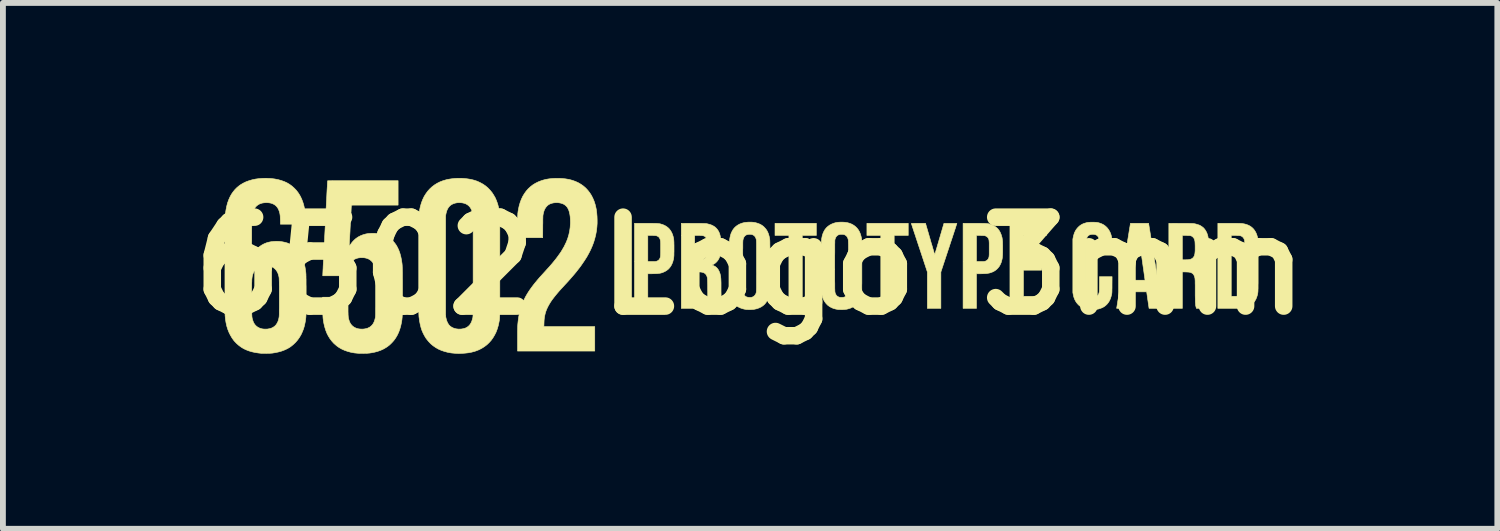
<source format=kicad_pcb>
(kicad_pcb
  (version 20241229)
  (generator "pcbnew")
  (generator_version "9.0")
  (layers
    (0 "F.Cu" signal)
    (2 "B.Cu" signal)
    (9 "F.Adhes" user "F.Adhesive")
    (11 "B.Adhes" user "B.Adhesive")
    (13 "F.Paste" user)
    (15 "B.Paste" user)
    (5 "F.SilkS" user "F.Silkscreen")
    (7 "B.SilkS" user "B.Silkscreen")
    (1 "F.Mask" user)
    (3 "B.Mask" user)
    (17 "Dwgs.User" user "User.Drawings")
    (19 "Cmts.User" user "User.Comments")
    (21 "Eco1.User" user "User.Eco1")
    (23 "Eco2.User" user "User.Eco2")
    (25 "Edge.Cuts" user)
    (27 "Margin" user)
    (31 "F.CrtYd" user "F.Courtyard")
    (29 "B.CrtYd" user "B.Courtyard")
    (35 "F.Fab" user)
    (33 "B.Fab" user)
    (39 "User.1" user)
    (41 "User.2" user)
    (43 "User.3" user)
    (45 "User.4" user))
  (footprint "6502 Logo 3mm"
    (layer "F.Cu")
    (at 9.804 1.506)
    (property "Reference" "6502 Logo 3mm" (at 0 0 0) (layer "F.SilkS") (effects (font (size 1.524 1.524) (thickness 0.3))))
    (attr through_hole)
    (fp_poly (pts (xy 1.135 -0.521) (xy 0.894 -0.521) (xy 0.894 0.729) (xy 0.665 0.729) (xy 0.665 -0.521) (xy 0.427 -0.521) (xy 0.427 -0.729) (xy 1.135 -0.729) (xy 1.135 -0.521)) (stroke (width 0.01) (type solid)) (fill yes) (layer "F.SilkS"))
    (fp_poly (pts (xy 2.71 -0.521) (xy 2.469 -0.521) (xy 2.469 0.729) (xy 2.24 0.729) (xy 2.24 -0.521) (xy 2.002 -0.521) (xy 2.002 -0.729) (xy 2.71 -0.729) (xy 2.71 -0.521)) (stroke (width 0.01) (type solid)) (fill yes) (layer "F.SilkS"))
    (fp_poly (pts (xy 5.077 -0.521) (xy 4.684 -0.521) (xy 4.684 -0.135) (xy 4.996 -0.135) (xy 4.996 0.074) (xy 4.684 0.074) (xy 4.684 0.521) (xy 5.077 0.521) (xy 5.077 0.729) (xy 4.453 0.729) (xy 4.453 -0.729) (xy 5.077 -0.729) (xy 5.077 -0.521)) (stroke (width 0.01) (type solid)) (fill yes) (layer "F.SilkS"))
    (fp_poly (pts (xy 3.006 -0.729) (xy 3.084 -0.462) (xy 3.094 -0.426) (xy 3.104 -0.392) (xy 3.114 -0.36) (xy 3.123 -0.329) (xy 3.131 -0.301) (xy 3.139 -0.275) (xy 3.145 -0.253) (xy 3.151 -0.233) (xy 3.156 -0.218) (xy 3.16 -0.206) (xy 3.162 -0.198) (xy 3.164 -0.195) (xy 3.164 -0.195) (xy 3.165 -0.197) (xy 3.167 -0.204) (xy 3.171 -0.215) (xy 3.175 -0.23) (xy 3.181 -0.249) (xy 3.188 -0.271) (xy 3.195 -0.296) (xy 3.204 -0.324) (xy 3.212 -0.354) (xy 3.222 -0.386) (xy 3.232 -0.42) (xy 3.242 -0.456) (xy 3.244 -0.461) (xy 3.322 -0.728) (xy 3.432 -0.728) (xy 3.46 -0.728) (xy 3.484 -0.728) (xy 3.505 -0.728) (xy 3.521 -0.728) (xy 3.533 -0.728) (xy 3.541 -0.727) (xy 3.543 -0.727) (xy 3.543 -0.727) (xy 3.543 -0.724) (xy 3.54 -0.717) (xy 3.536 -0.705) (xy 3.531 -0.69) (xy 3.525 -0.67) (xy 3.518 -0.647) (xy 3.509 -0.621) (xy 3.499 -0.591) (xy 3.489 -0.559) (xy 3.477 -0.524) (xy 3.465 -0.487) (xy 3.452 -0.448) (xy 3.438 -0.407) (xy 3.424 -0.364) (xy 3.41 -0.32) (xy 3.406 -0.309) (xy 3.269 0.106) (xy 3.269 0.729) (xy 3.038 0.729) (xy 3.038 0.105) (xy 2.901 -0.31) (xy 2.886 -0.354) (xy 2.872 -0.397) (xy 2.858 -0.439) (xy 2.845 -0.478) (xy 2.833 -0.516) (xy 2.821 -0.551) (xy 2.81 -0.584) (xy 2.8 -0.614) (xy 2.791 -0.642) (xy 2.783 -0.665) (xy 2.777 -0.686) (xy 2.771 -0.702) (xy 2.767 -0.715) (xy 2.765 -0.723) (xy 2.764 -0.727) (xy 2.764 -0.727) (xy 2.766 -0.727) (xy 2.773 -0.728) (xy 2.784 -0.728) (xy 2.799 -0.728) (xy 2.818 -0.729) (xy 2.839 -0.729) (xy 2.863 -0.729) (xy 2.885 -0.729) (xy 3.006 -0.729)) (stroke (width 0.01) (type solid)) (fill yes) (layer "F.SilkS"))
    (fp_poly (pts (xy 3.839 -0.729) (xy 3.878 -0.729) (xy 3.913 -0.729) (xy 3.943 -0.729) (xy 3.97 -0.728) (xy 3.993 -0.728) (xy 4.013 -0.728) (xy 4.031 -0.727) (xy 4.046 -0.726) (xy 4.059 -0.725) (xy 4.071 -0.723) (xy 4.081 -0.722) (xy 4.091 -0.72) (xy 4.101 -0.717) (xy 4.111 -0.714) (xy 4.121 -0.711) (xy 4.126 -0.71) (xy 4.162 -0.696) (xy 4.194 -0.678) (xy 4.222 -0.657) (xy 4.248 -0.632) (xy 4.27 -0.603) (xy 4.288 -0.57) (xy 4.303 -0.534) (xy 4.314 -0.497) (xy 4.318 -0.483) (xy 4.32 -0.469) (xy 4.322 -0.454) (xy 4.324 -0.439) (xy 4.326 -0.422) (xy 4.327 -0.403) (xy 4.327 -0.381) (xy 4.328 -0.355) (xy 4.328 -0.326) (xy 4.328 -0.297) (xy 4.328 -0.264) (xy 4.328 -0.235) (xy 4.327 -0.21) (xy 4.327 -0.189) (xy 4.325 -0.17) (xy 4.324 -0.153) (xy 4.322 -0.138) (xy 4.32 -0.124) (xy 4.317 -0.11) (xy 4.314 -0.098) (xy 4.303 -0.058) (xy 4.287 -0.022) (xy 4.269 0.01) (xy 4.246 0.039) (xy 4.221 0.064) (xy 4.192 0.085) (xy 4.159 0.103) (xy 4.123 0.116) (xy 4.104 0.122) (xy 4.088 0.125) (xy 4.072 0.128) (xy 4.056 0.131) (xy 4.038 0.132) (xy 4.017 0.133) (xy 3.994 0.134) (xy 3.966 0.135) (xy 3.953 0.135) (xy 3.879 0.135) (xy 3.879 0.729) (xy 3.65 0.729) (xy 3.65 -0.521) (xy 3.879 -0.521) (xy 3.879 -0.074) (xy 3.944 -0.074) (xy 3.968 -0.074) (xy 3.987 -0.074) (xy 4.002 -0.075) (xy 4.013 -0.076) (xy 4.02 -0.077) (xy 4.022 -0.077) (xy 4.043 -0.085) (xy 4.06 -0.096) (xy 4.074 -0.109) (xy 4.084 -0.125) (xy 4.085 -0.126) (xy 4.088 -0.133) (xy 4.09 -0.139) (xy 4.092 -0.146) (xy 4.094 -0.153) (xy 4.095 -0.161) (xy 4.096 -0.171) (xy 4.097 -0.183) (xy 4.098 -0.197) (xy 4.098 -0.214) (xy 4.098 -0.235) (xy 4.098 -0.26) (xy 4.098 -0.289) (xy 4.098 -0.297) (xy 4.098 -0.328) (xy 4.098 -0.354) (xy 4.098 -0.375) (xy 4.098 -0.393) (xy 4.097 -0.408) (xy 4.096 -0.421) (xy 4.095 -0.431) (xy 4.094 -0.44) (xy 4.093 -0.447) (xy 4.091 -0.454) (xy 4.088 -0.46) (xy 4.085 -0.467) (xy 4.085 -0.469) (xy 4.075 -0.484) (xy 4.061 -0.498) (xy 4.044 -0.509) (xy 4.025 -0.516) (xy 4.019 -0.518) (xy 4.012 -0.519) (xy 4.001 -0.519) (xy 3.986 -0.52) (xy 3.968 -0.52) (xy 3.948 -0.521) (xy 3.942 -0.521) (xy 3.879 -0.521) (xy 3.65 -0.521) (xy 3.65 -0.729) (xy 3.839 -0.729)) (stroke (width 0.01) (type solid)) (fill yes) (layer "F.SilkS"))
    (fp_poly (pts (xy -1.793 -0.729) (xy -1.753 -0.729) (xy -1.718 -0.729) (xy -1.688 -0.729) (xy -1.661 -0.728) (xy -1.638 -0.728) (xy -1.618 -0.728) (xy -1.601 -0.727) (xy -1.586 -0.726) (xy -1.572 -0.725) (xy -1.561 -0.723) (xy -1.55 -0.722) (xy -1.54 -0.72) (xy -1.53 -0.717) (xy -1.521 -0.714) (xy -1.51 -0.711) (xy -1.505 -0.71) (xy -1.47 -0.696) (xy -1.438 -0.678) (xy -1.409 -0.657) (xy -1.384 -0.632) (xy -1.362 -0.603) (xy -1.343 -0.57) (xy -1.328 -0.534) (xy -1.32 -0.507) (xy -1.316 -0.494) (xy -1.314 -0.483) (xy -1.311 -0.471) (xy -1.309 -0.46) (xy -1.308 -0.447) (xy -1.307 -0.434) (xy -1.306 -0.418) (xy -1.305 -0.4) (xy -1.305 -0.379) (xy -1.304 -0.355) (xy -1.304 -0.326) (xy -1.304 -0.298) (xy -1.304 -0.267) (xy -1.304 -0.241) (xy -1.305 -0.218) (xy -1.305 -0.199) (xy -1.305 -0.183) (xy -1.306 -0.169) (xy -1.307 -0.157) (xy -1.308 -0.146) (xy -1.31 -0.135) (xy -1.311 -0.125) (xy -1.313 -0.113) (xy -1.315 -0.107) (xy -1.325 -0.068) (xy -1.339 -0.033) (xy -1.356 0.000022) (xy -1.377 0.03) (xy -1.401 0.056) (xy -1.429 0.078) (xy -1.459 0.096) (xy -1.463 0.098) (xy -1.483 0.107) (xy -1.502 0.115) (xy -1.522 0.121) (xy -1.543 0.126) (xy -1.566 0.129) (xy -1.591 0.132) (xy -1.619 0.133) (xy -1.651 0.134) (xy -1.678 0.135) (xy -1.753 0.135) (xy -1.753 0.729) (xy -1.981 0.729) (xy -1.981 -0.521) (xy -1.753 -0.521) (xy -1.753 -0.074) (xy -1.687 -0.074) (xy -1.663 -0.074) (xy -1.644 -0.074) (xy -1.629 -0.075) (xy -1.618 -0.076) (xy -1.611 -0.077) (xy -1.609 -0.077) (xy -1.588 -0.085) (xy -1.57 -0.096) (xy -1.556 -0.11) (xy -1.546 -0.127) (xy -1.544 -0.134) (xy -1.541 -0.14) (xy -1.539 -0.147) (xy -1.537 -0.155) (xy -1.536 -0.163) (xy -1.535 -0.174) (xy -1.534 -0.186) (xy -1.534 -0.202) (xy -1.533 -0.22) (xy -1.533 -0.242) (xy -1.533 -0.268) (xy -1.533 -0.296) (xy -1.533 -0.325) (xy -1.533 -0.349) (xy -1.533 -0.369) (xy -1.533 -0.385) (xy -1.534 -0.399) (xy -1.534 -0.41) (xy -1.535 -0.418) (xy -1.535 -0.425) (xy -1.536 -0.431) (xy -1.537 -0.436) (xy -1.537 -0.438) (xy -1.544 -0.46) (xy -1.553 -0.479) (xy -1.565 -0.494) (xy -1.58 -0.505) (xy -1.599 -0.514) (xy -1.61 -0.517) (xy -1.616 -0.518) (xy -1.624 -0.519) (xy -1.635 -0.52) (xy -1.649 -0.52) (xy -1.667 -0.521) (xy -1.688 -0.521) (xy -1.753 -0.521) (xy -1.981 -0.521) (xy -1.981 -0.729) (xy -1.793 -0.729)) (stroke (width 0.01) (type solid)) (fill yes) (layer "F.SilkS"))
    (fp_poly (pts (xy 8.211 -0.729) (xy 8.25 -0.729) (xy 8.283 -0.729) (xy 8.312 -0.729) (xy 8.338 -0.729) (xy 8.359 -0.728) (xy 8.377 -0.728) (xy 8.393 -0.728) (xy 8.405 -0.727) (xy 8.416 -0.727) (xy 8.424 -0.726) (xy 8.431 -0.726) (xy 8.434 -0.725) (xy 8.474 -0.718) (xy 8.51 -0.708) (xy 8.542 -0.695) (xy 8.572 -0.679) (xy 8.599 -0.659) (xy 8.623 -0.636) (xy 8.645 -0.608) (xy 8.664 -0.577) (xy 8.68 -0.542) (xy 8.692 -0.503) (xy 8.693 -0.5) (xy 8.694 -0.493) (xy 8.696 -0.487) (xy 8.697 -0.482) (xy 8.699 -0.476) (xy 8.7 -0.47) (xy 8.701 -0.463) (xy 8.701 -0.456) (xy 8.702 -0.448) (xy 8.703 -0.438) (xy 8.704 -0.428) (xy 8.704 -0.415) (xy 8.704 -0.4) (xy 8.705 -0.384) (xy 8.705 -0.365) (xy 8.705 -0.343) (xy 8.705 -0.318) (xy 8.706 -0.29) (xy 8.706 -0.259) (xy 8.706 -0.224) (xy 8.706 -0.185) (xy 8.706 -0.141) (xy 8.706 -0.094) (xy 8.706 -0.042) (xy 8.706 0) (xy 8.706 0.056) (xy 8.706 0.107) (xy 8.706 0.153) (xy 8.706 0.195) (xy 8.706 0.233) (xy 8.706 0.267) (xy 8.706 0.298) (xy 8.705 0.325) (xy 8.705 0.349) (xy 8.705 0.37) (xy 8.705 0.388) (xy 8.704 0.404) (xy 8.704 0.418) (xy 8.703 0.431) (xy 8.703 0.441) (xy 8.702 0.45) (xy 8.701 0.458) (xy 8.7 0.465) (xy 8.699 0.471) (xy 8.698 0.477) (xy 8.697 0.483) (xy 8.696 0.489) (xy 8.694 0.495) (xy 8.693 0.5) (xy 8.681 0.539) (xy 8.666 0.575) (xy 8.646 0.607) (xy 8.624 0.635) (xy 8.598 0.66) (xy 8.568 0.681) (xy 8.536 0.698) (xy 8.5 0.712) (xy 8.483 0.716) (xy 8.474 0.718) (xy 8.465 0.72) (xy 8.456 0.722) (xy 8.447 0.723) (xy 8.438 0.725) (xy 8.427 0.726) (xy 8.414 0.727) (xy 8.4 0.727) (xy 8.383 0.728) (xy 8.364 0.728) (xy 8.341 0.729) (xy 8.315 0.729) (xy 8.285 0.729) (xy 8.251 0.729) (xy 8.212 0.729) (xy 8.211 0.729) (xy 8.016 0.729) (xy 8.016 -0.521) (xy 8.245 -0.521) (xy 8.245 0.521) (xy 8.312 0.521) (xy 8.335 0.521) (xy 8.353 0.52) (xy 8.368 0.52) (xy 8.379 0.519) (xy 8.388 0.518) (xy 8.396 0.517) (xy 8.397 0.517) (xy 8.418 0.51) (xy 8.437 0.499) (xy 8.451 0.484) (xy 8.463 0.465) (xy 8.472 0.442) (xy 8.473 0.438) (xy 8.473 0.435) (xy 8.474 0.432) (xy 8.474 0.429) (xy 8.475 0.424) (xy 8.475 0.418) (xy 8.476 0.411) (xy 8.476 0.403) (xy 8.476 0.392) (xy 8.476 0.38) (xy 8.477 0.365) (xy 8.477 0.347) (xy 8.477 0.327) (xy 8.477 0.304) (xy 8.477 0.277) (xy 8.477 0.247) (xy 8.477 0.213) (xy 8.477 0.175) (xy 8.477 0.133) (xy 8.477 0.087) (xy 8.477 0.036) (xy 8.477 0) (xy 8.477 -0.054) (xy 8.477 -0.104) (xy 8.477 -0.149) (xy 8.477 -0.189) (xy 8.477 -0.226) (xy 8.477 -0.258) (xy 8.477 -0.287) (xy 8.477 -0.312) (xy 8.477 -0.335) (xy 8.477 -0.354) (xy 8.476 -0.37) (xy 8.476 -0.384) (xy 8.476 -0.396) (xy 8.476 -0.406) (xy 8.475 -0.414) (xy 8.475 -0.421) (xy 8.475 -0.426) (xy 8.474 -0.43) (xy 8.474 -0.433) (xy 8.473 -0.436) (xy 8.473 -0.438) (xy 8.466 -0.459) (xy 8.456 -0.477) (xy 8.444 -0.492) (xy 8.43 -0.503) (xy 8.422 -0.508) (xy 8.414 -0.512) (xy 8.405 -0.515) (xy 8.395 -0.517) (xy 8.383 -0.519) (xy 8.368 -0.52) (xy 8.351 -0.52) (xy 8.329 -0.521) (xy 8.312 -0.521) (xy 8.245 -0.521) (xy 8.016 -0.521) (xy 8.016 -0.729) (xy 8.211 -0.729)) (stroke (width 0.01) (type solid)) (fill yes) (layer "F.SilkS"))
    (fp_poly (pts (xy 6.673 -0.729) (xy 6.829 -0.729) (xy 6.946 -0.004) (xy 6.956 0.056) (xy 6.966 0.114) (xy 6.975 0.171) (xy 6.984 0.227) (xy 6.993 0.281) (xy 7.001 0.332) (xy 7.009 0.382) (xy 7.017 0.428) (xy 7.024 0.473) (xy 7.031 0.514) (xy 7.037 0.552) (xy 7.043 0.587) (xy 7.048 0.618) (xy 7.052 0.646) (xy 7.056 0.67) (xy 7.06 0.69) (xy 7.062 0.705) (xy 7.064 0.717) (xy 7.065 0.723) (xy 7.065 0.725) (xy 7.065 0.726) (xy 7.065 0.726) (xy 7.063 0.727) (xy 7.059 0.728) (xy 7.054 0.728) (xy 7.045 0.728) (xy 7.034 0.729) (xy 7.02 0.729) (xy 7.001 0.729) (xy 6.979 0.729) (xy 6.952 0.728) (xy 6.952 0.728) (xy 6.837 0.728) (xy 6.816 0.586) (xy 6.796 0.445) (xy 6.666 0.445) (xy 6.641 0.445) (xy 6.617 0.445) (xy 6.595 0.445) (xy 6.576 0.445) (xy 6.56 0.445) (xy 6.548 0.445) (xy 6.54 0.445) (xy 6.535 0.445) (xy 6.535 0.445) (xy 6.535 0.448) (xy 6.534 0.455) (xy 6.532 0.466) (xy 6.53 0.481) (xy 6.527 0.499) (xy 6.524 0.52) (xy 6.521 0.543) (xy 6.517 0.568) (xy 6.514 0.587) (xy 6.494 0.728) (xy 6.387 0.728) (xy 6.365 0.728) (xy 6.344 0.728) (xy 6.325 0.728) (xy 6.309 0.728) (xy 6.296 0.728) (xy 6.287 0.728) (xy 6.282 0.727) (xy 6.281 0.727) (xy 6.282 0.725) (xy 6.283 0.717) (xy 6.285 0.705) (xy 6.288 0.689) (xy 6.291 0.669) (xy 6.295 0.645) (xy 6.299 0.617) (xy 6.304 0.586) (xy 6.31 0.552) (xy 6.316 0.515) (xy 6.322 0.476) (xy 6.329 0.434) (xy 6.336 0.39) (xy 6.343 0.344) (xy 6.351 0.297) (xy 6.359 0.248) (xy 6.36 0.241) (xy 6.563 0.241) (xy 6.563 0.242) (xy 6.564 0.243) (xy 6.565 0.244) (xy 6.568 0.245) (xy 6.573 0.246) (xy 6.58 0.246) (xy 6.59 0.246) (xy 6.603 0.246) (xy 6.62 0.246) (xy 6.641 0.246) (xy 6.666 0.246) (xy 6.768 0.246) (xy 6.755 0.153) (xy 6.745 0.08) (xy 6.735 0.012) (xy 6.726 -0.051) (xy 6.718 -0.109) (xy 6.71 -0.163) (xy 6.703 -0.212) (xy 6.697 -0.257) (xy 6.691 -0.297) (xy 6.686 -0.333) (xy 6.682 -0.364) (xy 6.678 -0.392) (xy 6.674 -0.415) (xy 6.671 -0.435) (xy 6.669 -0.45) (xy 6.667 -0.462) (xy 6.666 -0.47) (xy 6.665 -0.474) (xy 6.664 -0.475) (xy 6.662 -0.473) (xy 6.661 -0.469) (xy 6.661 -0.466) (xy 6.66 -0.458) (xy 6.658 -0.445) (xy 6.655 -0.429) (xy 6.653 -0.409) (xy 6.649 -0.386) (xy 6.646 -0.36) (xy 6.642 -0.331) (xy 6.637 -0.3) (xy 6.633 -0.267) (xy 6.628 -0.233) (xy 6.623 -0.198) (xy 6.618 -0.162) (xy 6.613 -0.125) (xy 6.608 -0.088) (xy 6.603 -0.052) (xy 6.598 -0.016) (xy 6.593 0.019) (xy 6.589 0.053) (xy 6.584 0.085) (xy 6.58 0.115) (xy 6.577 0.142) (xy 6.573 0.167) (xy 6.57 0.189) (xy 6.568 0.208) (xy 6.566 0.223) (xy 6.564 0.233) (xy 6.564 0.24) (xy 6.563 0.241) (xy 6.36 0.241) (xy 6.367 0.198) (xy 6.375 0.147) (xy 6.384 0.096) (xy 6.392 0.044) (xy 6.401 -0.009) (xy 6.409 -0.061) (xy 6.418 -0.113) (xy 6.426 -0.164) (xy 6.434 -0.214) (xy 6.442 -0.264) (xy 6.45 -0.312) (xy 6.458 -0.359) (xy 6.465 -0.404) (xy 6.472 -0.447) (xy 6.479 -0.488) (xy 6.485 -0.526) (xy 6.491 -0.562) (xy 6.496 -0.594) (xy 6.501 -0.624) (xy 6.505 -0.65) (xy 6.509 -0.672) (xy 6.512 -0.691) (xy 6.514 -0.705) (xy 6.516 -0.715) (xy 6.517 -0.72) (xy 6.517 -0.721) (xy 6.518 -0.729) (xy 6.673 -0.729)) (stroke (width 0.01) (type solid)) (fill yes) (layer "F.SilkS"))
    (fp_poly (pts (xy 5.891 -0.748) (xy 5.911 -0.747) (xy 5.928 -0.746) (xy 5.943 -0.745) (xy 5.958 -0.742) (xy 5.972 -0.739) (xy 5.988 -0.734) (xy 5.994 -0.732) (xy 6.029 -0.719) (xy 6.061 -0.702) (xy 6.091 -0.68) (xy 6.117 -0.655) (xy 6.14 -0.626) (xy 6.16 -0.594) (xy 6.176 -0.559) (xy 6.186 -0.529) (xy 6.189 -0.517) (xy 6.192 -0.505) (xy 6.195 -0.495) (xy 6.196 -0.484) (xy 6.198 -0.473) (xy 6.199 -0.461) (xy 6.2 -0.447) (xy 6.201 -0.431) (xy 6.201 -0.411) (xy 6.202 -0.388) (xy 6.202 -0.361) (xy 6.202 -0.35) (xy 6.203 -0.239) (xy 6.095 -0.239) (xy 5.987 -0.239) (xy 5.987 -0.333) (xy 5.987 -0.362) (xy 5.986 -0.385) (xy 5.986 -0.405) (xy 5.985 -0.421) (xy 5.984 -0.435) (xy 5.983 -0.446) (xy 5.981 -0.456) (xy 5.979 -0.465) (xy 5.977 -0.474) (xy 5.974 -0.481) (xy 5.968 -0.494) (xy 5.958 -0.507) (xy 5.947 -0.519) (xy 5.937 -0.526) (xy 5.92 -0.534) (xy 5.899 -0.539) (xy 5.875 -0.541) (xy 5.872 -0.541) (xy 5.847 -0.539) (xy 5.825 -0.534) (xy 5.806 -0.525) (xy 5.79 -0.512) (xy 5.778 -0.495) (xy 5.773 -0.485) (xy 5.771 -0.481) (xy 5.769 -0.478) (xy 5.768 -0.474) (xy 5.766 -0.471) (xy 5.765 -0.467) (xy 5.764 -0.462) (xy 5.763 -0.456) (xy 5.762 -0.45) (xy 5.762 -0.442) (xy 5.761 -0.432) (xy 5.76 -0.421) (xy 5.76 -0.407) (xy 5.759 -0.392) (xy 5.759 -0.374) (xy 5.759 -0.353) (xy 5.759 -0.329) (xy 5.758 -0.302) (xy 5.758 -0.272) (xy 5.758 -0.238) (xy 5.758 -0.2) (xy 5.758 -0.158) (xy 5.758 -0.111) (xy 5.758 -0.06) (xy 5.758 -0.004) (xy 5.758 0.001) (xy 5.758 0.057) (xy 5.758 0.108) (xy 5.758 0.154) (xy 5.758 0.196) (xy 5.758 0.234) (xy 5.758 0.267) (xy 5.758 0.297) (xy 5.759 0.324) (xy 5.759 0.347) (xy 5.759 0.367) (xy 5.759 0.385) (xy 5.759 0.4) (xy 5.76 0.412) (xy 5.76 0.423) (xy 5.76 0.431) (xy 5.76 0.438) (xy 5.761 0.444) (xy 5.761 0.448) (xy 5.762 0.451) (xy 5.762 0.453) (xy 5.769 0.477) (xy 5.779 0.497) (xy 5.792 0.514) (xy 5.808 0.526) (xy 5.827 0.535) (xy 5.85 0.54) (xy 5.872 0.541) (xy 5.898 0.539) (xy 5.921 0.534) (xy 5.94 0.524) (xy 5.955 0.511) (xy 5.968 0.494) (xy 5.977 0.473) (xy 5.983 0.45) (xy 5.984 0.443) (xy 5.985 0.435) (xy 5.985 0.423) (xy 5.986 0.409) (xy 5.986 0.391) (xy 5.986 0.369) (xy 5.987 0.343) (xy 5.987 0.312) (xy 5.987 0.308) (xy 5.987 0.185) (xy 6.203 0.185) (xy 6.202 0.323) (xy 6.202 0.354) (xy 6.202 0.381) (xy 6.201 0.403) (xy 6.201 0.421) (xy 6.201 0.437) (xy 6.2 0.449) (xy 6.2 0.459) (xy 6.199 0.468) (xy 6.198 0.475) (xy 6.197 0.481) (xy 6.197 0.484) (xy 6.187 0.523) (xy 6.176 0.559) (xy 6.162 0.59) (xy 6.146 0.619) (xy 6.126 0.645) (xy 6.117 0.656) (xy 6.092 0.68) (xy 6.065 0.7) (xy 6.036 0.716) (xy 6.003 0.729) (xy 5.967 0.74) (xy 5.956 0.742) (xy 5.943 0.744) (xy 5.925 0.746) (xy 5.905 0.747) (xy 5.883 0.748) (xy 5.861 0.749) (xy 5.839 0.748) (xy 5.819 0.748) (xy 5.803 0.746) (xy 5.795 0.745) (xy 5.757 0.738) (xy 5.723 0.727) (xy 5.692 0.714) (xy 5.664 0.698) (xy 5.638 0.678) (xy 5.617 0.657) (xy 5.594 0.63) (xy 5.575 0.6) (xy 5.559 0.567) (xy 5.546 0.53) (xy 5.537 0.489) (xy 5.537 0.488) (xy 5.531 0.458) (xy 5.531 -0.458) (xy 5.537 -0.488) (xy 5.546 -0.527) (xy 5.557 -0.562) (xy 5.572 -0.594) (xy 5.589 -0.623) (xy 5.61 -0.649) (xy 5.623 -0.663) (xy 5.647 -0.685) (xy 5.671 -0.702) (xy 5.696 -0.716) (xy 5.724 -0.728) (xy 5.735 -0.731) (xy 5.752 -0.736) (xy 5.768 -0.741) (xy 5.784 -0.744) (xy 5.801 -0.746) (xy 5.82 -0.747) (xy 5.842 -0.748) (xy 5.867 -0.748) (xy 5.891 -0.748)) (stroke (width 0.01) (type solid)) (fill yes) (layer "F.SilkS"))
    (fp_poly (pts (xy -0.972 -0.728) (xy -0.935 -0.728) (xy -0.902 -0.728) (xy -0.874 -0.728) (xy -0.85 -0.728) (xy -0.829 -0.727) (xy -0.811 -0.727) (xy -0.797 -0.727) (xy -0.784 -0.726) (xy -0.774 -0.726) (xy -0.766 -0.726) (xy -0.759 -0.725) (xy -0.753 -0.724) (xy -0.747 -0.724) (xy -0.742 -0.723) (xy -0.738 -0.722) (xy -0.698 -0.712) (xy -0.662 -0.7) (xy -0.63 -0.684) (xy -0.601 -0.665) (xy -0.577 -0.643) (xy -0.556 -0.617) (xy -0.538 -0.588) (xy -0.524 -0.556) (xy -0.522 -0.55) (xy -0.514 -0.521) (xy -0.507 -0.488) (xy -0.502 -0.451) (xy -0.499 -0.41) (xy -0.498 -0.365) (xy -0.499 -0.317) (xy -0.5 -0.289) (xy -0.501 -0.261) (xy -0.503 -0.237) (xy -0.506 -0.216) (xy -0.509 -0.197) (xy -0.514 -0.18) (xy -0.519 -0.162) (xy -0.522 -0.153) (xy -0.536 -0.122) (xy -0.553 -0.093) (xy -0.574 -0.068) (xy -0.598 -0.046) (xy -0.624 -0.028) (xy -0.633 -0.024) (xy -0.641 -0.02) (xy -0.646 -0.017) (xy -0.647 -0.015) (xy -0.645 -0.013) (xy -0.639 -0.009) (xy -0.63 -0.005) (xy -0.627 -0.004) (xy -0.601 0.009) (xy -0.578 0.026) (xy -0.559 0.046) (xy -0.543 0.069) (xy -0.529 0.097) (xy -0.521 0.118) (xy -0.516 0.131) (xy -0.513 0.144) (xy -0.509 0.157) (xy -0.507 0.171) (xy -0.504 0.185) (xy -0.503 0.201) (xy -0.501 0.219) (xy -0.5 0.24) (xy -0.499 0.263) (xy -0.498 0.289) (xy -0.498 0.32) (xy -0.498 0.354) (xy -0.498 0.392) (xy -0.498 0.442) (xy -0.497 0.486) (xy -0.497 0.526) (xy -0.496 0.561) (xy -0.495 0.592) (xy -0.494 0.617) (xy -0.493 0.639) (xy -0.492 0.656) (xy -0.49 0.669) (xy -0.489 0.673) (xy -0.482 0.7) (xy -0.474 0.725) (xy -0.474 0.726) (xy -0.474 0.726) (xy -0.476 0.727) (xy -0.48 0.728) (xy -0.485 0.728) (xy -0.493 0.728) (xy -0.504 0.729) (xy -0.519 0.729) (xy -0.537 0.729) (xy -0.56 0.729) (xy -0.587 0.729) (xy -0.589 0.729) (xy -0.705 0.729) (xy -0.711 0.709) (xy -0.713 0.702) (xy -0.715 0.695) (xy -0.717 0.688) (xy -0.719 0.68) (xy -0.72 0.672) (xy -0.721 0.663) (xy -0.722 0.653) (xy -0.723 0.641) (xy -0.723 0.626) (xy -0.724 0.609) (xy -0.724 0.59) (xy -0.725 0.567) (xy -0.725 0.54) (xy -0.726 0.51) (xy -0.726 0.475) (xy -0.726 0.435) (xy -0.726 0.434) (xy -0.727 0.395) (xy -0.727 0.361) (xy -0.727 0.331) (xy -0.728 0.305) (xy -0.728 0.283) (xy -0.729 0.264) (xy -0.729 0.248) (xy -0.73 0.234) (xy -0.731 0.223) (xy -0.731 0.213) (xy -0.733 0.205) (xy -0.734 0.199) (xy -0.735 0.193) (xy -0.737 0.187) (xy -0.739 0.181) (xy -0.741 0.176) (xy -0.743 0.172) (xy -0.753 0.152) (xy -0.767 0.136) (xy -0.784 0.123) (xy -0.804 0.114) (xy -0.829 0.108) (xy -0.835 0.107) (xy -0.843 0.106) (xy -0.855 0.105) (xy -0.87 0.105) (xy -0.886 0.104) (xy -0.901 0.104) (xy -0.95 0.104) (xy -0.95 0.729) (xy -1.179 0.729) (xy -1.179 -0.104) (xy -0.95 -0.104) (xy -0.89 -0.105) (xy -0.867 -0.105) (xy -0.848 -0.106) (xy -0.834 -0.107) (xy -0.824 -0.108) (xy -0.816 -0.11) (xy -0.816 -0.11) (xy -0.793 -0.119) (xy -0.774 -0.131) (xy -0.758 -0.146) (xy -0.746 -0.165) (xy -0.737 -0.188) (xy -0.733 -0.204) (xy -0.732 -0.21) (xy -0.731 -0.218) (xy -0.73 -0.228) (xy -0.73 -0.239) (xy -0.729 -0.254) (xy -0.729 -0.273) (xy -0.729 -0.295) (xy -0.729 -0.315) (xy -0.729 -0.34) (xy -0.729 -0.361) (xy -0.729 -0.378) (xy -0.73 -0.391) (xy -0.73 -0.402) (xy -0.731 -0.411) (xy -0.732 -0.419) (xy -0.733 -0.426) (xy -0.734 -0.431) (xy -0.74 -0.455) (xy -0.75 -0.475) (xy -0.762 -0.491) (xy -0.765 -0.495) (xy -0.773 -0.502) (xy -0.781 -0.507) (xy -0.79 -0.512) (xy -0.8 -0.515) (xy -0.811 -0.517) (xy -0.825 -0.519) (xy -0.843 -0.52) (xy -0.864 -0.521) (xy -0.887 -0.521) (xy -0.95 -0.521) (xy -0.95 -0.104) (xy -1.179 -0.104) (xy -1.179 -0.729) (xy -0.972 -0.728)) (stroke (width 0.01) (type solid)) (fill yes) (layer "F.SilkS"))
    (fp_poly (pts (xy 7.382 -0.728) (xy 7.419 -0.728) (xy 7.452 -0.728) (xy 7.48 -0.728) (xy 7.505 -0.728) (xy 7.525 -0.727) (xy 7.543 -0.727) (xy 7.558 -0.727) (xy 7.57 -0.726) (xy 7.58 -0.726) (xy 7.588 -0.726) (xy 7.595 -0.725) (xy 7.601 -0.724) (xy 7.607 -0.724) (xy 7.612 -0.723) (xy 7.616 -0.722) (xy 7.635 -0.718) (xy 7.656 -0.712) (xy 7.675 -0.706) (xy 7.694 -0.7) (xy 7.708 -0.694) (xy 7.712 -0.692) (xy 7.741 -0.674) (xy 7.768 -0.653) (xy 7.791 -0.627) (xy 7.81 -0.598) (xy 7.827 -0.565) (xy 7.839 -0.529) (xy 7.842 -0.519) (xy 7.846 -0.503) (xy 7.849 -0.486) (xy 7.851 -0.467) (xy 7.853 -0.446) (xy 7.854 -0.421) (xy 7.855 -0.393) (xy 7.855 -0.381) (xy 7.856 -0.342) (xy 7.855 -0.307) (xy 7.854 -0.274) (xy 7.852 -0.245) (xy 7.849 -0.22) (xy 7.846 -0.201) (xy 7.836 -0.164) (xy 7.823 -0.13) (xy 7.807 -0.1) (xy 7.787 -0.074) (xy 7.764 -0.052) (xy 7.738 -0.033) (xy 7.723 -0.025) (xy 7.713 -0.02) (xy 7.708 -0.016) (xy 7.707 -0.013) (xy 7.71 -0.011) (xy 7.712 -0.011) (xy 7.723 -0.007) (xy 7.736 -0.001) (xy 7.75 0.007) (xy 7.763 0.016) (xy 7.775 0.025) (xy 7.779 0.028) (xy 7.797 0.047) (xy 7.812 0.069) (xy 7.825 0.094) (xy 7.835 0.123) (xy 7.842 0.148) (xy 7.845 0.158) (xy 7.847 0.168) (xy 7.849 0.178) (xy 7.85 0.188) (xy 7.852 0.198) (xy 7.853 0.21) (xy 7.854 0.223) (xy 7.855 0.237) (xy 7.856 0.254) (xy 7.856 0.273) (xy 7.857 0.295) (xy 7.857 0.321) (xy 7.858 0.35) (xy 7.858 0.383) (xy 7.859 0.421) (xy 7.859 0.446) (xy 7.859 0.484) (xy 7.86 0.518) (xy 7.86 0.548) (xy 7.86 0.573) (xy 7.861 0.595) (xy 7.861 0.614) (xy 7.862 0.63) (xy 7.862 0.643) (xy 7.863 0.655) (xy 7.864 0.664) (xy 7.865 0.672) (xy 7.866 0.679) (xy 7.868 0.685) (xy 7.869 0.691) (xy 7.871 0.698) (xy 7.873 0.704) (xy 7.874 0.705) (xy 7.877 0.714) (xy 7.879 0.721) (xy 7.88 0.725) (xy 7.881 0.726) (xy 7.88 0.726) (xy 7.878 0.727) (xy 7.875 0.728) (xy 7.869 0.728) (xy 7.861 0.728) (xy 7.85 0.729) (xy 7.835 0.729) (xy 7.817 0.729) (xy 7.794 0.729) (xy 7.767 0.729) (xy 7.766 0.729) (xy 7.649 0.729) (xy 7.643 0.709) (xy 7.64 0.698) (xy 7.637 0.686) (xy 7.635 0.676) (xy 7.635 0.676) (xy 7.634 0.666) (xy 7.633 0.651) (xy 7.631 0.632) (xy 7.63 0.607) (xy 7.63 0.579) (xy 7.629 0.546) (xy 7.628 0.509) (xy 7.628 0.467) (xy 7.628 0.422) (xy 7.628 0.391) (xy 7.628 0.356) (xy 7.628 0.327) (xy 7.627 0.301) (xy 7.627 0.279) (xy 7.627 0.26) (xy 7.626 0.245) (xy 7.625 0.232) (xy 7.624 0.22) (xy 7.623 0.211) (xy 7.621 0.202) (xy 7.619 0.194) (xy 7.617 0.187) (xy 7.614 0.179) (xy 7.614 0.177) (xy 7.604 0.156) (xy 7.591 0.139) (xy 7.578 0.127) (xy 7.566 0.121) (xy 7.554 0.115) (xy 7.54 0.111) (xy 7.525 0.108) (xy 7.506 0.106) (xy 7.484 0.105) (xy 7.458 0.104) (xy 7.453 0.104) (xy 7.407 0.104) (xy 7.407 0.729) (xy 7.176 0.729) (xy 7.176 -0.521) (xy 7.407 -0.521) (xy 7.407 -0.104) (xy 7.452 -0.104) (xy 7.468 -0.104) (xy 7.485 -0.105) (xy 7.5 -0.105) (xy 7.513 -0.106) (xy 7.518 -0.107) (xy 7.544 -0.112) (xy 7.566 -0.121) (xy 7.584 -0.133) (xy 7.599 -0.149) (xy 7.611 -0.169) (xy 7.616 -0.184) (xy 7.62 -0.199) (xy 7.623 -0.217) (xy 7.625 -0.239) (xy 7.627 -0.265) (xy 7.627 -0.294) (xy 7.627 -0.329) (xy 7.627 -0.342) (xy 7.626 -0.369) (xy 7.625 -0.391) (xy 7.624 -0.41) (xy 7.622 -0.426) (xy 7.619 -0.439) (xy 7.616 -0.45) (xy 7.612 -0.461) (xy 7.61 -0.466) (xy 7.598 -0.484) (xy 7.583 -0.499) (xy 7.565 -0.511) (xy 7.544 -0.518) (xy 7.542 -0.518) (xy 7.535 -0.519) (xy 7.524 -0.52) (xy 7.511 -0.52) (xy 7.494 -0.52) (xy 7.477 -0.521) (xy 7.467 -0.521) (xy 7.407 -0.521) (xy 7.176 -0.521) (xy 7.176 -0.729) (xy 7.382 -0.728)) (stroke (width 0.01) (type solid)) (fill yes) (layer "F.SilkS"))
    (fp_poly (pts (xy -3.218 -1.497) (xy -3.163 -1.491) (xy -3.109 -1.482) (xy -3.098 -1.48) (xy -3.043 -1.465) (xy -2.991 -1.446) (xy -2.943 -1.424) (xy -2.897 -1.397) (xy -2.855 -1.367) (xy -2.816 -1.333) (xy -2.781 -1.295) (xy -2.749 -1.254) (xy -2.72 -1.209) (xy -2.695 -1.16) (xy -2.673 -1.108) (xy -2.655 -1.052) (xy -2.641 -0.993) (xy -2.635 -0.962) (xy -2.628 -0.906) (xy -2.623 -0.848) (xy -2.621 -0.788) (xy -2.621 -0.728) (xy -2.625 -0.669) (xy -2.631 -0.612) (xy -2.634 -0.593) (xy -2.646 -0.529) (xy -2.662 -0.466) (xy -2.681 -0.403) (xy -2.705 -0.34) (xy -2.732 -0.278) (xy -2.764 -0.215) (xy -2.799 -0.152) (xy -2.84 -0.088) (xy -2.885 -0.022) (xy -2.901 0.001) (xy -2.927 0.036) (xy -2.954 0.07) (xy -2.981 0.105) (xy -3.01 0.14) (xy -3.041 0.176) (xy -3.074 0.214) (xy -3.11 0.255) (xy -3.149 0.298) (xy -3.17 0.32) (xy -3.198 0.351) (xy -3.224 0.379) (xy -3.247 0.404) (xy -3.267 0.426) (xy -3.285 0.447) (xy -3.302 0.467) (xy -3.318 0.486) (xy -3.333 0.504) (xy -3.348 0.523) (xy -3.359 0.537) (xy -3.392 0.58) (xy -3.42 0.621) (xy -3.444 0.661) (xy -3.465 0.699) (xy -3.483 0.737) (xy -3.498 0.775) (xy -3.51 0.813) (xy -3.519 0.852) (xy -3.52 0.857) (xy -3.523 0.875) (xy -3.526 0.893) (xy -3.528 0.911) (xy -3.53 0.932) (xy -3.531 0.955) (xy -3.532 0.982) (xy -3.532 0.986) (xy -3.534 1.041) (xy -2.662 1.041) (xy -2.662 1.46) (xy -3.985 1.46) (xy -3.985 1.263) (xy -3.985 1.222) (xy -3.985 1.186) (xy -3.985 1.154) (xy -3.985 1.125) (xy -3.984 1.1) (xy -3.984 1.078) (xy -3.983 1.058) (xy -3.983 1.04) (xy -3.982 1.023) (xy -3.981 1.008) (xy -3.98 0.993) (xy -3.978 0.978) (xy -3.977 0.963) (xy -3.976 0.956) (xy -3.966 0.879) (xy -3.951 0.805) (xy -3.932 0.734) (xy -3.91 0.666) (xy -3.883 0.601) (xy -3.853 0.539) (xy -3.847 0.528) (xy -3.824 0.488) (xy -3.8 0.449) (xy -3.774 0.41) (xy -3.746 0.371) (xy -3.716 0.331) (xy -3.683 0.289) (xy -3.647 0.246) (xy -3.609 0.201) (xy -3.566 0.154) (xy -3.536 0.121) (xy -3.489 0.069) (xy -3.445 0.021) (xy -3.405 -0.025) (xy -3.369 -0.068) (xy -3.335 -0.11) (xy -3.305 -0.149) (xy -3.277 -0.188) (xy -3.251 -0.224) (xy -3.228 -0.26) (xy -3.207 -0.296) (xy -3.187 -0.33) (xy -3.179 -0.347) (xy -3.149 -0.408) (xy -3.125 -0.47) (xy -3.106 -0.534) (xy -3.092 -0.598) (xy -3.083 -0.663) (xy -3.079 -0.729) (xy -3.079 -0.751) (xy -3.08 -0.8) (xy -3.083 -0.844) (xy -3.089 -0.884) (xy -3.097 -0.921) (xy -3.107 -0.953) (xy -3.12 -0.981) (xy -3.135 -1.006) (xy -3.154 -1.027) (xy -3.174 -1.044) (xy -3.198 -1.059) (xy -3.216 -1.066) (xy -3.244 -1.075) (xy -3.275 -1.081) (xy -3.307 -1.084) (xy -3.339 -1.083) (xy -3.371 -1.079) (xy -3.401 -1.072) (xy -3.428 -1.062) (xy -3.437 -1.058) (xy -3.462 -1.042) (xy -3.483 -1.023) (xy -3.502 -1) (xy -3.518 -0.974) (xy -3.531 -0.944) (xy -3.541 -0.909) (xy -3.546 -0.885) (xy -3.547 -0.88) (xy -3.548 -0.874) (xy -3.549 -0.868) (xy -3.55 -0.862) (xy -3.55 -0.854) (xy -3.551 -0.845) (xy -3.551 -0.834) (xy -3.551 -0.82) (xy -3.552 -0.804) (xy -3.552 -0.785) (xy -3.552 -0.762) (xy -3.552 -0.735) (xy -3.553 -0.704) (xy -3.553 -0.67) (xy -3.554 -0.483) (xy -3.986 -0.483) (xy -3.985 -0.679) (xy -3.984 -0.717) (xy -3.984 -0.75) (xy -3.984 -0.779) (xy -3.984 -0.805) (xy -3.983 -0.827) (xy -3.983 -0.846) (xy -3.982 -0.863) (xy -3.981 -0.878) (xy -3.981 -0.891) (xy -3.98 -0.904) (xy -3.978 -0.915) (xy -3.977 -0.927) (xy -3.975 -0.939) (xy -3.973 -0.951) (xy -3.97 -0.965) (xy -3.969 -0.974) (xy -3.956 -1.034) (xy -3.939 -1.09) (xy -3.919 -1.143) (xy -3.895 -1.193) (xy -3.867 -1.239) (xy -3.836 -1.282) (xy -3.802 -1.321) (xy -3.764 -1.356) (xy -3.723 -1.388) (xy -3.679 -1.415) (xy -3.631 -1.439) (xy -3.58 -1.459) (xy -3.549 -1.469) (xy -3.499 -1.482) (xy -3.446 -1.491) (xy -3.39 -1.497) (xy -3.333 -1.5) (xy -3.275 -1.5) (xy -3.218 -1.497)) (stroke (width 0.01) (type solid)) (fill yes) (layer "F.SilkS"))
    (fp_poly (pts (xy 1.581 -0.749) (xy 1.609 -0.748) (xy 1.635 -0.745) (xy 1.658 -0.742) (xy 1.669 -0.74) (xy 1.708 -0.729) (xy 1.744 -0.714) (xy 1.777 -0.695) (xy 1.807 -0.672) (xy 1.833 -0.646) (xy 1.856 -0.616) (xy 1.875 -0.583) (xy 1.89 -0.546) (xy 1.902 -0.505) (xy 1.911 -0.462) (xy 1.912 -0.447) (xy 1.913 -0.441) (xy 1.913 -0.43) (xy 1.913 -0.415) (xy 1.914 -0.396) (xy 1.914 -0.373) (xy 1.914 -0.347) (xy 1.914 -0.318) (xy 1.915 -0.285) (xy 1.915 -0.251) (xy 1.915 -0.214) (xy 1.915 -0.176) (xy 1.915 -0.136) (xy 1.915 -0.095) (xy 1.915 -0.054) (xy 1.915 -0.012) (xy 1.915 0.03) (xy 1.915 0.072) (xy 1.915 0.114) (xy 1.915 0.154) (xy 1.915 0.193) (xy 1.915 0.231) (xy 1.915 0.267) (xy 1.915 0.3) (xy 1.914 0.331) (xy 1.914 0.359) (xy 1.914 0.384) (xy 1.914 0.405) (xy 1.913 0.422) (xy 1.913 0.435) (xy 1.913 0.444) (xy 1.912 0.447) (xy 1.905 0.491) (xy 1.895 0.533) (xy 1.88 0.571) (xy 1.862 0.605) (xy 1.841 0.636) (xy 1.816 0.664) (xy 1.788 0.688) (xy 1.756 0.708) (xy 1.721 0.724) (xy 1.683 0.736) (xy 1.668 0.74) (xy 1.649 0.744) (xy 1.63 0.746) (xy 1.611 0.748) (xy 1.589 0.749) (xy 1.565 0.749) (xy 1.55 0.749) (xy 1.536 0.748) (xy 1.524 0.748) (xy 1.515 0.748) (xy 1.511 0.748) (xy 1.471 0.741) (xy 1.432 0.731) (xy 1.396 0.716) (xy 1.363 0.698) (xy 1.334 0.677) (xy 1.328 0.672) (xy 1.302 0.645) (xy 1.28 0.616) (xy 1.261 0.584) (xy 1.246 0.549) (xy 1.235 0.51) (xy 1.227 0.467) (xy 1.222 0.422) (xy 1.221 0.415) (xy 1.221 0.402) (xy 1.221 0.385) (xy 1.221 0.363) (xy 1.22 0.337) (xy 1.22 0.308) (xy 1.22 0.274) (xy 1.22 0.237) (xy 1.22 0.196) (xy 1.219 0.152) (xy 1.219 0.106) (xy 1.219 0.056) (xy 1.219 0.005) (xy 1.219 0) (xy 1.219 -0.000169) (xy 1.45 -0.000169) (xy 1.45 0.056) (xy 1.45 0.106) (xy 1.45 0.153) (xy 1.45 0.195) (xy 1.45 0.232) (xy 1.45 0.266) (xy 1.451 0.297) (xy 1.451 0.323) (xy 1.451 0.347) (xy 1.451 0.368) (xy 1.451 0.386) (xy 1.452 0.401) (xy 1.452 0.414) (xy 1.453 0.426) (xy 1.453 0.435) (xy 1.454 0.443) (xy 1.455 0.45) (xy 1.456 0.455) (xy 1.457 0.46) (xy 1.458 0.464) (xy 1.459 0.468) (xy 1.46 0.471) (xy 1.462 0.475) (xy 1.463 0.478) (xy 1.473 0.497) (xy 1.485 0.513) (xy 1.502 0.525) (xy 1.522 0.535) (xy 1.524 0.535) (xy 1.531 0.538) (xy 1.539 0.539) (xy 1.546 0.54) (xy 1.556 0.541) (xy 1.569 0.54) (xy 1.572 0.54) (xy 1.588 0.54) (xy 1.599 0.538) (xy 1.608 0.537) (xy 1.616 0.534) (xy 1.618 0.534) (xy 1.636 0.524) (xy 1.652 0.51) (xy 1.665 0.493) (xy 1.675 0.473) (xy 1.675 0.472) (xy 1.677 0.468) (xy 1.678 0.465) (xy 1.679 0.461) (xy 1.68 0.456) (xy 1.681 0.451) (xy 1.682 0.446) (xy 1.683 0.439) (xy 1.683 0.431) (xy 1.684 0.421) (xy 1.685 0.409) (xy 1.685 0.396) (xy 1.685 0.38) (xy 1.686 0.362) (xy 1.686 0.341) (xy 1.686 0.317) (xy 1.686 0.289) (xy 1.686 0.259) (xy 1.686 0.224) (xy 1.686 0.186) (xy 1.687 0.144) (xy 1.687 0.097) (xy 1.687 0.045) (xy 1.687 0) (xy 1.687 -0.055) (xy 1.687 -0.106) (xy 1.687 -0.152) (xy 1.686 -0.194) (xy 1.686 -0.231) (xy 1.686 -0.265) (xy 1.686 -0.295) (xy 1.686 -0.322) (xy 1.686 -0.345) (xy 1.686 -0.366) (xy 1.685 -0.383) (xy 1.685 -0.399) (xy 1.684 -0.412) (xy 1.684 -0.423) (xy 1.683 -0.432) (xy 1.683 -0.44) (xy 1.682 -0.447) (xy 1.681 -0.452) (xy 1.68 -0.457) (xy 1.679 -0.461) (xy 1.678 -0.465) (xy 1.676 -0.469) (xy 1.675 -0.472) (xy 1.666 -0.492) (xy 1.653 -0.51) (xy 1.637 -0.523) (xy 1.62 -0.533) (xy 1.618 -0.534) (xy 1.604 -0.538) (xy 1.587 -0.54) (xy 1.568 -0.541) (xy 1.549 -0.54) (xy 1.533 -0.538) (xy 1.527 -0.536) (xy 1.506 -0.528) (xy 1.489 -0.515) (xy 1.475 -0.5) (xy 1.464 -0.48) (xy 1.456 -0.456) (xy 1.453 -0.443) (xy 1.453 -0.439) (xy 1.452 -0.429) (xy 1.452 -0.415) (xy 1.452 -0.396) (xy 1.451 -0.373) (xy 1.451 -0.344) (xy 1.451 -0.311) (xy 1.451 -0.272) (xy 1.451 -0.229) (xy 1.45 -0.181) (xy 1.45 -0.128) (xy 1.45 -0.069) (xy 1.45 -0.006) (xy 1.45 -0.000169) (xy 1.219 -0.000169) (xy 1.219 -0.052) (xy 1.219 -0.102) (xy 1.219 -0.148) (xy 1.22 -0.192) (xy 1.22 -0.233) (xy 1.22 -0.271) (xy 1.22 -0.305) (xy 1.22 -0.335) (xy 1.221 -0.361) (xy 1.221 -0.383) (xy 1.221 -0.401) (xy 1.221 -0.414) (xy 1.222 -0.422) (xy 1.222 -0.422) (xy 1.227 -0.469) (xy 1.236 -0.513) (xy 1.248 -0.553) (xy 1.264 -0.589) (xy 1.283 -0.622) (xy 1.306 -0.651) (xy 1.333 -0.676) (xy 1.363 -0.698) (xy 1.397 -0.716) (xy 1.434 -0.731) (xy 1.474 -0.742) (xy 1.481 -0.743) (xy 1.502 -0.746) (xy 1.526 -0.748) (xy 1.553 -0.749) (xy 1.581 -0.749)) (stroke (width 0.01) (type solid)) (fill yes) (layer "F.SilkS"))
    (fp_poly (pts (xy 0.02 -0.749) (xy 0.039 -0.748) (xy 0.053 -0.747) (xy 0.095 -0.74) (xy 0.134 -0.728) (xy 0.17 -0.714) (xy 0.203 -0.695) (xy 0.232 -0.673) (xy 0.25 -0.654) (xy 0.272 -0.629) (xy 0.29 -0.602) (xy 0.305 -0.572) (xy 0.317 -0.54) (xy 0.327 -0.505) (xy 0.335 -0.466) (xy 0.338 -0.442) (xy 0.338 -0.436) (xy 0.338 -0.426) (xy 0.339 -0.411) (xy 0.339 -0.391) (xy 0.339 -0.366) (xy 0.34 -0.337) (xy 0.34 -0.304) (xy 0.34 -0.266) (xy 0.34 -0.225) (xy 0.34 -0.179) (xy 0.34 -0.13) (xy 0.34 -0.077) (xy 0.34 -0.021) (xy 0.34 0) (xy 0.34 0.055) (xy 0.34 0.106) (xy 0.34 0.152) (xy 0.34 0.193) (xy 0.34 0.231) (xy 0.34 0.264) (xy 0.34 0.294) (xy 0.34 0.321) (xy 0.34 0.345) (xy 0.339 0.365) (xy 0.339 0.384) (xy 0.339 0.4) (xy 0.338 0.413) (xy 0.338 0.425) (xy 0.337 0.436) (xy 0.337 0.445) (xy 0.336 0.453) (xy 0.335 0.46) (xy 0.335 0.466) (xy 0.334 0.473) (xy 0.333 0.479) (xy 0.333 0.48) (xy 0.323 0.522) (xy 0.31 0.561) (xy 0.293 0.596) (xy 0.273 0.628) (xy 0.249 0.657) (xy 0.221 0.682) (xy 0.19 0.703) (xy 0.155 0.72) (xy 0.117 0.734) (xy 0.076 0.743) (xy 0.055 0.747) (xy 0.046 0.747) (xy 0.033 0.748) (xy 0.018 0.749) (xy 0.001 0.749) (xy -0.016 0.749) (xy -0.033 0.749) (xy -0.048 0.748) (xy -0.059 0.748) (xy -0.064 0.748) (xy -0.097 0.742) (xy -0.13 0.734) (xy -0.162 0.723) (xy -0.191 0.71) (xy -0.217 0.695) (xy -0.229 0.687) (xy -0.258 0.662) (xy -0.282 0.634) (xy -0.303 0.603) (xy -0.321 0.569) (xy -0.334 0.531) (xy -0.345 0.49) (xy -0.351 0.446) (xy -0.353 0.427) (xy -0.353 0.42) (xy -0.354 0.407) (xy -0.354 0.389) (xy -0.354 0.367) (xy -0.355 0.341) (xy -0.355 0.31) (xy -0.355 0.274) (xy -0.355 0.235) (xy -0.355 0.191) (xy -0.355 0.144) (xy -0.356 0.093) (xy -0.356 0.039) (xy -0.356 0) (xy -0.356 -0.03) (xy -0.126 -0.03) (xy -0.126 0) (xy -0.126 0.055) (xy -0.126 0.105) (xy -0.126 0.151) (xy -0.126 0.192) (xy -0.126 0.229) (xy -0.126 0.262) (xy -0.125 0.291) (xy -0.125 0.317) (xy -0.125 0.34) (xy -0.125 0.36) (xy -0.125 0.377) (xy -0.125 0.391) (xy -0.124 0.404) (xy -0.124 0.414) (xy -0.124 0.422) (xy -0.124 0.429) (xy -0.123 0.435) (xy -0.123 0.439) (xy -0.122 0.443) (xy -0.122 0.446) (xy -0.121 0.447) (xy -0.114 0.473) (xy -0.104 0.494) (xy -0.091 0.511) (xy -0.075 0.525) (xy -0.056 0.534) (xy -0.034 0.539) (xy -0.009 0.541) (xy 0.003 0.541) (xy 0.015 0.54) (xy 0.024 0.539) (xy 0.028 0.538) (xy 0.048 0.531) (xy 0.066 0.52) (xy 0.081 0.506) (xy 0.093 0.488) (xy 0.096 0.483) (xy 0.097 0.479) (xy 0.099 0.476) (xy 0.101 0.472) (xy 0.102 0.469) (xy 0.103 0.465) (xy 0.104 0.461) (xy 0.105 0.456) (xy 0.106 0.45) (xy 0.107 0.443) (xy 0.108 0.434) (xy 0.108 0.424) (xy 0.109 0.411) (xy 0.109 0.397) (xy 0.11 0.38) (xy 0.11 0.361) (xy 0.11 0.339) (xy 0.11 0.314) (xy 0.11 0.285) (xy 0.11 0.253) (xy 0.11 0.217) (xy 0.11 0.177) (xy 0.111 0.133) (xy 0.11 0.085) (xy 0.11 0.031) (xy 0.11 0) (xy 0.11 -0.055) (xy 0.11 -0.106) (xy 0.11 -0.152) (xy 0.11 -0.193) (xy 0.11 -0.231) (xy 0.11 -0.264) (xy 0.11 -0.294) (xy 0.11 -0.32) (xy 0.11 -0.344) (xy 0.11 -0.364) (xy 0.11 -0.381) (xy 0.11 -0.396) (xy 0.109 -0.408) (xy 0.109 -0.419) (xy 0.109 -0.427) (xy 0.108 -0.434) (xy 0.108 -0.44) (xy 0.108 -0.444) (xy 0.107 -0.448) (xy 0.107 -0.45) (xy 0.106 -0.452) (xy 0.098 -0.477) (xy 0.087 -0.498) (xy 0.074 -0.514) (xy 0.057 -0.526) (xy 0.052 -0.529) (xy 0.04 -0.534) (xy 0.028 -0.538) (xy 0.014 -0.54) (xy -0.002 -0.541) (xy -0.008 -0.541) (xy -0.034 -0.539) (xy -0.056 -0.534) (xy -0.075 -0.525) (xy -0.091 -0.511) (xy -0.104 -0.494) (xy -0.114 -0.473) (xy -0.121 -0.447) (xy -0.122 -0.445) (xy -0.122 -0.441) (xy -0.123 -0.437) (xy -0.123 -0.432) (xy -0.124 -0.426) (xy -0.124 -0.419) (xy -0.124 -0.409) (xy -0.125 -0.398) (xy -0.125 -0.385) (xy -0.125 -0.369) (xy -0.125 -0.351) (xy -0.125 -0.33) (xy -0.125 -0.305) (xy -0.126 -0.278) (xy -0.126 -0.247) (xy -0.126 -0.212) (xy -0.126 -0.173) (xy -0.126 -0.13) (xy -0.126 -0.082) (xy -0.126 -0.03) (xy -0.356 -0.03) (xy -0.356 -0.057) (xy -0.356 -0.11) (xy -0.355 -0.16) (xy -0.355 -0.206) (xy -0.355 -0.248) (xy -0.355 -0.286) (xy -0.355 -0.32) (xy -0.354 -0.35) (xy -0.354 -0.375) (xy -0.354 -0.396) (xy -0.354 -0.412) (xy -0.353 -0.423) (xy -0.353 -0.427) (xy -0.347 -0.474) (xy -0.338 -0.517) (xy -0.326 -0.556) (xy -0.309 -0.592) (xy -0.29 -0.625) (xy -0.266 -0.654) (xy -0.239 -0.679) (xy -0.209 -0.7) (xy -0.175 -0.718) (xy -0.137 -0.732) (xy -0.099 -0.742) (xy -0.085 -0.744) (xy -0.066 -0.746) (xy -0.046 -0.748) (xy -0.024 -0.749) (xy -0.001 -0.749) (xy 0.02 -0.749)) (stroke (width 0.01) (type solid)) (fill yes) (layer "F.SilkS"))
    (fp_poly (pts (xy -4.949 -1.501) (xy -4.891 -1.497) (xy -4.835 -1.49) (xy -4.781 -1.481) (xy -4.729 -1.468) (xy -4.681 -1.452) (xy -4.671 -1.448) (xy -4.622 -1.425) (xy -4.575 -1.399) (xy -4.532 -1.369) (xy -4.492 -1.335) (xy -4.456 -1.297) (xy -4.422 -1.256) (xy -4.393 -1.211) (xy -4.366 -1.164) (xy -4.344 -1.112) (xy -4.325 -1.058) (xy -4.31 -1.001) (xy -4.304 -0.97) (xy -4.303 -0.963) (xy -4.302 -0.956) (xy -4.3 -0.949) (xy -4.299 -0.943) (xy -4.298 -0.937) (xy -4.297 -0.931) (xy -4.296 -0.925) (xy -4.295 -0.919) (xy -4.295 -0.912) (xy -4.294 -0.904) (xy -4.293 -0.896) (xy -4.293 -0.886) (xy -4.292 -0.875) (xy -4.292 -0.863) (xy -4.291 -0.85) (xy -4.291 -0.834) (xy -4.29 -0.817) (xy -4.29 -0.798) (xy -4.29 -0.776) (xy -4.29 -0.753) (xy -4.289 -0.726) (xy -4.289 -0.697) (xy -4.289 -0.665) (xy -4.289 -0.63) (xy -4.289 -0.592) (xy -4.289 -0.55) (xy -4.289 -0.505) (xy -4.289 -0.456) (xy -4.289 -0.403) (xy -4.289 -0.346) (xy -4.289 -0.285) (xy -4.289 -0.219) (xy -4.289 -0.149) (xy -4.289 -0.074) (xy -4.289 0) (xy -4.289 0.08) (xy -4.289 0.154) (xy -4.289 0.224) (xy -4.289 0.289) (xy -4.289 0.35) (xy -4.289 0.407) (xy -4.289 0.459) (xy -4.289 0.508) (xy -4.289 0.553) (xy -4.289 0.595) (xy -4.289 0.633) (xy -4.289 0.667) (xy -4.289 0.699) (xy -4.289 0.728) (xy -4.29 0.754) (xy -4.29 0.778) (xy -4.29 0.799) (xy -4.29 0.818) (xy -4.291 0.835) (xy -4.291 0.851) (xy -4.292 0.864) (xy -4.292 0.876) (xy -4.293 0.887) (xy -4.293 0.896) (xy -4.294 0.905) (xy -4.295 0.912) (xy -4.295 0.919) (xy -4.296 0.926) (xy -4.297 0.932) (xy -4.298 0.938) (xy -4.299 0.944) (xy -4.3 0.95) (xy -4.302 0.956) (xy -4.303 0.963) (xy -4.304 0.97) (xy -4.317 1.029) (xy -4.334 1.085) (xy -4.354 1.138) (xy -4.379 1.187) (xy -4.407 1.234) (xy -4.438 1.277) (xy -4.473 1.316) (xy -4.511 1.352) (xy -4.553 1.384) (xy -4.597 1.412) (xy -4.645 1.437) (xy -4.696 1.457) (xy -4.726 1.467) (xy -4.777 1.48) (xy -4.831 1.49) (xy -4.887 1.496) (xy -4.945 1.5) (xy -5.003 1.501) (xy -5.061 1.498) (xy -5.124 1.492) (xy -5.183 1.481) (xy -5.239 1.466) (xy -5.292 1.448) (xy -5.342 1.426) (xy -5.389 1.399) (xy -5.432 1.369) (xy -5.473 1.335) (xy -5.509 1.297) (xy -5.543 1.255) (xy -5.557 1.236) (xy -5.582 1.194) (xy -5.604 1.151) (xy -5.624 1.105) (xy -5.64 1.055) (xy -5.653 1.003) (xy -5.664 0.947) (xy -5.672 0.886) (xy -5.674 0.876) (xy -5.674 0.871) (xy -5.674 0.867) (xy -5.675 0.862) (xy -5.675 0.856) (xy -5.675 0.85) (xy -5.676 0.843) (xy -5.676 0.834) (xy -5.676 0.824) (xy -5.677 0.813) (xy -5.677 0.8) (xy -5.677 0.786) (xy -5.677 0.769) (xy -5.677 0.751) (xy -5.677 0.73) (xy -5.678 0.706) (xy -5.678 0.68) (xy -5.678 0.651) (xy -5.678 0.619) (xy -5.678 0.584) (xy -5.678 0.546) (xy -5.678 0.504) (xy -5.678 0.458) (xy -5.678 0.409) (xy -5.678 0.355) (xy -5.678 0.298) (xy -5.678 0.236) (xy -5.678 0.169) (xy -5.678 0.098) (xy -5.678 0.022) (xy -5.678 0) (xy -5.678 -0.077) (xy -5.678 -0.15) (xy -5.678 -0.218) (xy -5.678 -0.281) (xy -5.678 -0.34) (xy -5.678 -0.394) (xy -5.678 -0.445) (xy -5.678 -0.491) (xy -5.678 -0.534) (xy -5.678 -0.574) (xy -5.678 -0.61) (xy -5.678 -0.643) (xy -5.678 -0.672) (xy -5.678 -0.699) (xy -5.677 -0.723) (xy -5.677 -0.745) (xy -5.677 -0.764) (xy -5.677 -0.782) (xy -5.677 -0.797) (xy -5.677 -0.81) (xy -5.676 -0.821) (xy -5.676 -0.832) (xy -5.676 -0.84) (xy -5.676 -0.848) (xy -5.675 -0.855) (xy -5.675 -0.857) (xy -5.218 -0.857) (xy -5.218 0.857) (xy -5.213 0.886) (xy -5.204 0.923) (xy -5.193 0.955) (xy -5.18 0.982) (xy -5.165 1.006) (xy -5.163 1.009) (xy -5.143 1.03) (xy -5.119 1.048) (xy -5.093 1.062) (xy -5.063 1.073) (xy -5.031 1.08) (xy -4.996 1.084) (xy -4.96 1.083) (xy -4.946 1.082) (xy -4.912 1.076) (xy -4.881 1.067) (xy -4.854 1.054) (xy -4.83 1.037) (xy -4.808 1.016) (xy -4.79 0.991) (xy -4.775 0.963) (xy -4.763 0.93) (xy -4.753 0.893) (xy -4.75 0.879) (xy -4.75 0.876) (xy -4.75 0.874) (xy -4.749 0.87) (xy -4.749 0.866) (xy -4.749 0.861) (xy -4.748 0.855) (xy -4.748 0.847) (xy -4.748 0.838) (xy -4.748 0.828) (xy -4.747 0.816) (xy -4.747 0.802) (xy -4.747 0.785) (xy -4.747 0.767) (xy -4.747 0.746) (xy -4.747 0.723) (xy -4.747 0.697) (xy -4.746 0.668) (xy -4.746 0.636) (xy -4.746 0.601) (xy -4.746 0.563) (xy -4.746 0.521) (xy -4.746 0.475) (xy -4.746 0.425) (xy -4.746 0.372) (xy -4.746 0.314) (xy -4.746 0.252) (xy -4.746 0.185) (xy -4.746 0.114) (xy -4.746 0.038) (xy -4.746 0) (xy -4.746 -0.079) (xy -4.746 -0.152) (xy -4.746 -0.221) (xy -4.746 -0.285) (xy -4.746 -0.345) (xy -4.746 -0.401) (xy -4.746 -0.452) (xy -4.746 -0.5) (xy -4.746 -0.543) (xy -4.746 -0.583) (xy -4.746 -0.62) (xy -4.746 -0.653) (xy -4.746 -0.684) (xy -4.747 -0.711) (xy -4.747 -0.736) (xy -4.747 -0.758) (xy -4.747 -0.777) (xy -4.747 -0.794) (xy -4.747 -0.809) (xy -4.747 -0.822) (xy -4.748 -0.833) (xy -4.748 -0.843) (xy -4.748 -0.851) (xy -4.748 -0.858) (xy -4.749 -0.864) (xy -4.749 -0.868) (xy -4.749 -0.872) (xy -4.75 -0.875) (xy -4.75 -0.878) (xy -4.75 -0.879) (xy -4.759 -0.917) (xy -4.77 -0.951) (xy -4.784 -0.981) (xy -4.801 -1.007) (xy -4.821 -1.029) (xy -4.844 -1.047) (xy -4.87 -1.062) (xy -4.9 -1.073) (xy -4.933 -1.08) (xy -4.953 -1.082) (xy -4.986 -1.084) (xy -5.019 -1.082) (xy -5.051 -1.076) (xy -5.08 -1.067) (xy -5.105 -1.056) (xy -5.13 -1.041) (xy -5.151 -1.022) (xy -5.169 -1.001) (xy -5.184 -0.975) (xy -5.197 -0.946) (xy -5.207 -0.912) (xy -5.213 -0.886) (xy -5.218 -0.857) (xy -5.675 -0.857) (xy -5.675 -0.86) (xy -5.675 -0.865) (xy -5.674 -0.87) (xy -5.674 -0.874) (xy -5.674 -0.876) (xy -5.668 -0.924) (xy -5.661 -0.969) (xy -5.652 -1.011) (xy -5.641 -1.051) (xy -5.63 -1.087) (xy -5.609 -1.14) (xy -5.585 -1.19) (xy -5.556 -1.236) (xy -5.525 -1.279) (xy -5.489 -1.319) (xy -5.45 -1.355) (xy -5.408 -1.387) (xy -5.363 -1.415) (xy -5.315 -1.439) (xy -5.263 -1.459) (xy -5.209 -1.475) (xy -5.179 -1.482) (xy -5.123 -1.491) (xy -5.065 -1.498) (xy -5.007 -1.501) (xy -4.949 -1.501)) (stroke (width 0.01) (type solid)) (fill yes) (layer "F.SilkS"))
    (fp_poly (pts (xy -6.032 -1.041) (xy -6.433 -1.041) (xy -6.477 -1.041) (xy -6.52 -1.041) (xy -6.562 -1.041) (xy -6.602 -1.041) (xy -6.639 -1.041) (xy -6.674 -1.041) (xy -6.706 -1.041) (xy -6.735 -1.041) (xy -6.761 -1.041) (xy -6.784 -1.041) (xy -6.802 -1.041) (xy -6.816 -1.04) (xy -6.826 -1.04) (xy -6.832 -1.04) (xy -6.833 -1.04) (xy -6.833 -1.037) (xy -6.833 -1.029) (xy -6.834 -1.017) (xy -6.835 -1.001) (xy -6.836 -0.981) (xy -6.837 -0.958) (xy -6.838 -0.932) (xy -6.84 -0.903) (xy -6.841 -0.873) (xy -6.843 -0.84) (xy -6.845 -0.806) (xy -6.847 -0.771) (xy -6.849 -0.736) (xy -6.851 -0.7) (xy -6.853 -0.664) (xy -6.855 -0.628) (xy -6.856 -0.593) (xy -6.858 -0.559) (xy -6.86 -0.527) (xy -6.862 -0.496) (xy -6.863 -0.468) (xy -6.865 -0.442) (xy -6.866 -0.419) (xy -6.867 -0.4) (xy -6.868 -0.384) (xy -6.869 -0.372) (xy -6.869 -0.364) (xy -6.869 -0.361) (xy -6.87 -0.352) (xy -6.868 -0.347) (xy -6.866 -0.346) (xy -6.861 -0.349) (xy -6.855 -0.357) (xy -6.846 -0.369) (xy -6.846 -0.369) (xy -6.818 -0.407) (xy -6.787 -0.44) (xy -6.753 -0.47) (xy -6.716 -0.495) (xy -6.676 -0.516) (xy -6.633 -0.533) (xy -6.587 -0.546) (xy -6.55 -0.553) (xy -6.532 -0.555) (xy -6.511 -0.556) (xy -6.487 -0.557) (xy -6.463 -0.558) (xy -6.438 -0.557) (xy -6.414 -0.556) (xy -6.393 -0.555) (xy -6.378 -0.553) (xy -6.338 -0.546) (xy -6.302 -0.536) (xy -6.268 -0.525) (xy -6.236 -0.511) (xy -6.23 -0.508) (xy -6.191 -0.486) (xy -6.155 -0.459) (xy -6.122 -0.428) (xy -6.092 -0.394) (xy -6.064 -0.355) (xy -6.04 -0.312) (xy -6.019 -0.266) (xy -6.001 -0.216) (xy -5.986 -0.161) (xy -5.974 -0.103) (xy -5.972 -0.087) (xy -5.97 -0.075) (xy -5.968 -0.064) (xy -5.967 -0.054) (xy -5.965 -0.043) (xy -5.964 -0.033) (xy -5.963 -0.022) (xy -5.962 -0.01) (xy -5.961 0.003) (xy -5.961 0.017) (xy -5.96 0.032) (xy -5.96 0.05) (xy -5.959 0.069) (xy -5.959 0.092) (xy -5.958 0.117) (xy -5.958 0.145) (xy -5.958 0.176) (xy -5.958 0.211) (xy -5.957 0.25) (xy -5.957 0.293) (xy -5.957 0.341) (xy -5.957 0.384) (xy -5.957 0.443) (xy -5.957 0.497) (xy -5.957 0.547) (xy -5.957 0.593) (xy -5.957 0.635) (xy -5.957 0.673) (xy -5.957 0.707) (xy -5.957 0.738) (xy -5.958 0.766) (xy -5.958 0.792) (xy -5.959 0.815) (xy -5.96 0.836) (xy -5.961 0.855) (xy -5.962 0.873) (xy -5.963 0.889) (xy -5.965 0.904) (xy -5.966 0.918) (xy -5.968 0.932) (xy -5.97 0.945) (xy -5.972 0.958) (xy -5.974 0.97) (xy -5.987 1.03) (xy -6.003 1.086) (xy -6.023 1.14) (xy -6.047 1.19) (xy -6.074 1.236) (xy -6.105 1.279) (xy -6.14 1.318) (xy -6.177 1.354) (xy -6.218 1.386) (xy -6.263 1.414) (xy -6.285 1.426) (xy -6.331 1.447) (xy -6.381 1.465) (xy -6.434 1.479) (xy -6.491 1.49) (xy -6.525 1.495) (xy -6.541 1.496) (xy -6.561 1.498) (xy -6.584 1.499) (xy -6.609 1.499) (xy -6.634 1.5) (xy -6.658 1.5) (xy -6.682 1.5) (xy -6.702 1.499) (xy -6.719 1.498) (xy -6.719 1.498) (xy -6.781 1.492) (xy -6.84 1.481) (xy -6.896 1.466) (xy -6.948 1.448) (xy -6.997 1.426) (xy -7.043 1.4) (xy -7.085 1.37) (xy -7.124 1.336) (xy -7.134 1.327) (xy -7.169 1.288) (xy -7.2 1.247) (xy -7.228 1.202) (xy -7.252 1.155) (xy -7.272 1.104) (xy -7.289 1.049) (xy -7.303 0.991) (xy -7.309 0.959) (xy -7.312 0.942) (xy -7.314 0.926) (xy -7.316 0.91) (xy -7.318 0.894) (xy -7.319 0.878) (xy -7.32 0.86) (xy -7.321 0.841) (xy -7.322 0.819) (xy -7.323 0.795) (xy -7.324 0.767) (xy -7.324 0.735) (xy -7.324 0.699) (xy -7.325 0.69) (xy -7.326 0.538) (xy -6.891 0.538) (xy -6.89 0.699) (xy -6.89 0.734) (xy -6.89 0.764) (xy -6.89 0.789) (xy -6.889 0.812) (xy -6.889 0.83) (xy -6.888 0.846) (xy -6.887 0.86) (xy -6.886 0.872) (xy -6.885 0.882) (xy -6.884 0.891) (xy -6.882 0.9) (xy -6.88 0.909) (xy -6.877 0.918) (xy -6.874 0.928) (xy -6.874 0.929) (xy -6.863 0.961) (xy -6.848 0.99) (xy -6.829 1.015) (xy -6.807 1.036) (xy -6.782 1.053) (xy -6.753 1.067) (xy -6.735 1.073) (xy -6.706 1.08) (xy -6.674 1.083) (xy -6.641 1.084) (xy -6.609 1.081) (xy -6.579 1.075) (xy -6.551 1.067) (xy -6.551 1.066) (xy -6.523 1.053) (xy -6.499 1.036) (xy -6.477 1.015) (xy -6.459 0.99) (xy -6.444 0.961) (xy -6.432 0.928) (xy -6.423 0.891) (xy -6.422 0.884) (xy -6.421 0.881) (xy -6.421 0.877) (xy -6.42 0.872) (xy -6.42 0.866) (xy -6.419 0.86) (xy -6.419 0.852) (xy -6.419 0.842) (xy -6.418 0.83) (xy -6.418 0.816) (xy -6.418 0.8) (xy -6.418 0.781) (xy -6.418 0.759) (xy -6.418 0.733) (xy -6.417 0.705) (xy -6.417 0.672) (xy -6.417 0.636) (xy -6.417 0.596) (xy -6.417 0.551) (xy -6.417 0.501) (xy -6.417 0.475) (xy -6.417 0.422) (xy -6.417 0.374) (xy -6.417 0.331) (xy -6.417 0.292) (xy -6.417 0.257) (xy -6.418 0.226) (xy -6.418 0.198) (xy -6.418 0.173) (xy -6.418 0.152) (xy -6.418 0.133) (xy -6.419 0.117) (xy -6.419 0.103) (xy -6.42 0.091) (xy -6.42 0.08) (xy -6.421 0.071) (xy -6.422 0.063) (xy -6.423 0.056) (xy -6.424 0.05) (xy -6.425 0.044) (xy -6.426 0.038) (xy -6.428 0.032) (xy -6.43 0.026) (xy -6.43 0.023) (xy -6.436 0.005) (xy -6.444 -0.015) (xy -6.453 -0.034) (xy -6.463 -0.052) (xy -6.472 -0.066) (xy -6.473 -0.066) (xy -6.493 -0.087) (xy -6.516 -0.105) (xy -6.543 -0.12) (xy -6.573 -0.131) (xy -6.605 -0.138) (xy -6.639 -0.141) (xy -6.674 -0.141) (xy -6.684 -0.14) (xy -6.719 -0.135) (xy -6.751 -0.125) (xy -6.779 -0.113) (xy -6.804 -0.096) (xy -6.826 -0.076) (xy -6.844 -0.051) (xy -6.858 -0.027) (xy -6.869 -0.002) (xy -6.877 0.025) (xy -6.883 0.055) (xy -6.887 0.088) (xy -6.89 0.125) (xy -6.89 0.129) (xy -6.892 0.17) (xy -7.323 0.17) (xy -7.323 0.159) (xy -7.323 0.156) (xy -7.322 0.147) (xy -7.322 0.134) (xy -7.321 0.117) (xy -7.32 0.095) (xy -7.319 0.07) (xy -7.317 0.041) (xy -7.316 0.009) (xy -7.314 -0.027) (xy -7.312 -0.066) (xy -7.31 -0.107) (xy -7.308 -0.15) (xy -7.305 -0.196) (xy -7.303 -0.244) (xy -7.3 -0.294) (xy -7.298 -0.345) (xy -7.295 -0.397) (xy -7.292 -0.451) (xy -7.29 -0.505) (xy -7.287 -0.56) (xy -7.284 -0.616) (xy -7.281 -0.671) (xy -7.278 -0.727) (xy -7.275 -0.782) (xy -7.273 -0.836) (xy -7.27 -0.89) (xy -7.267 -0.943) (xy -7.265 -0.994) (xy -7.262 -1.044) (xy -7.26 -1.092) (xy -7.257 -1.139) (xy -7.255 -1.183) (xy -7.253 -1.225) (xy -7.251 -1.264) (xy -7.249 -1.3) (xy -7.247 -1.333) (xy -7.245 -1.362) (xy -7.244 -1.388) (xy -7.243 -1.411) (xy -7.242 -1.429) (xy -7.241 -1.443) (xy -7.241 -1.452) (xy -7.24 -1.457) (xy -7.24 -1.457) (xy -7.239 -1.458) (xy -7.236 -1.458) (xy -7.231 -1.458) (xy -7.224 -1.459) (xy -7.214 -1.459) (xy -7.202 -1.459) (xy -7.187 -1.459) (xy -7.17 -1.459) (xy -7.149 -1.46) (xy -7.125 -1.46) (xy -7.098 -1.46) (xy -7.067 -1.46) (xy -7.032 -1.46) (xy -6.994 -1.46) (xy -6.951 -1.46) (xy -6.905 -1.46) (xy -6.854 -1.46) (xy -6.798 -1.46) (xy -6.738 -1.46) (xy -6.673 -1.46) (xy -6.636 -1.46) (xy -6.032 -1.46) (xy -6.032 -1.041)) (stroke (width 0.01) (type solid)) (fill yes) (layer "F.SilkS"))
    (fp_poly (pts (xy -8.272 -1.5) (xy -8.207 -1.497) (xy -8.146 -1.489) (xy -8.089 -1.478) (xy -8.035 -1.463) (xy -7.984 -1.445) (xy -7.936 -1.423) (xy -7.892 -1.397) (xy -7.851 -1.367) (xy -7.813 -1.333) (xy -7.777 -1.296) (xy -7.745 -1.254) (xy -7.731 -1.233) (xy -7.706 -1.19) (xy -7.684 -1.144) (xy -7.665 -1.094) (xy -7.649 -1.041) (xy -7.636 -0.984) (xy -7.626 -0.924) (xy -7.619 -0.86) (xy -7.616 -0.792) (xy -7.615 -0.741) (xy -7.615 -0.714) (xy -8.049 -0.714) (xy -8.049 -0.77) (xy -8.05 -0.802) (xy -8.051 -0.83) (xy -8.052 -0.854) (xy -8.055 -0.876) (xy -8.058 -0.896) (xy -8.063 -0.916) (xy -8.068 -0.935) (xy -8.069 -0.936) (xy -8.081 -0.968) (xy -8.097 -0.996) (xy -8.116 -1.02) (xy -8.138 -1.04) (xy -8.163 -1.056) (xy -8.192 -1.069) (xy -8.225 -1.078) (xy -8.257 -1.082) (xy -8.288 -1.084) (xy -8.32 -1.082) (xy -8.351 -1.078) (xy -8.38 -1.071) (xy -8.406 -1.061) (xy -8.406 -1.061) (xy -8.432 -1.046) (xy -8.455 -1.029) (xy -8.475 -1.008) (xy -8.492 -0.984) (xy -8.506 -0.956) (xy -8.518 -0.923) (xy -8.527 -0.887) (xy -8.527 -0.885) (xy -8.529 -0.876) (xy -8.53 -0.868) (xy -8.532 -0.859) (xy -8.533 -0.851) (xy -8.535 -0.842) (xy -8.536 -0.832) (xy -8.536 -0.822) (xy -8.537 -0.81) (xy -8.538 -0.797) (xy -8.539 -0.782) (xy -8.539 -0.764) (xy -8.539 -0.744) (xy -8.54 -0.721) (xy -8.54 -0.696) (xy -8.54 -0.666) (xy -8.541 -0.634) (xy -8.541 -0.597) (xy -8.541 -0.555) (xy -8.541 -0.51) (xy -8.541 -0.481) (xy -8.541 -0.434) (xy -8.542 -0.393) (xy -8.542 -0.356) (xy -8.542 -0.323) (xy -8.542 -0.294) (xy -8.542 -0.27) (xy -8.542 -0.248) (xy -8.542 -0.23) (xy -8.542 -0.215) (xy -8.542 -0.202) (xy -8.541 -0.192) (xy -8.541 -0.184) (xy -8.541 -0.178) (xy -8.54 -0.174) (xy -8.54 -0.171) (xy -8.539 -0.169) (xy -8.539 -0.168) (xy -8.538 -0.168) (xy -8.537 -0.168) (xy -8.537 -0.168) (xy -8.534 -0.169) (xy -8.53 -0.173) (xy -8.525 -0.181) (xy -8.52 -0.19) (xy -8.496 -0.232) (xy -8.468 -0.269) (xy -8.437 -0.303) (xy -8.404 -0.332) (xy -8.367 -0.357) (xy -8.328 -0.378) (xy -8.286 -0.395) (xy -8.252 -0.405) (xy -8.207 -0.414) (xy -8.16 -0.419) (xy -8.113 -0.421) (xy -8.065 -0.419) (xy -8.019 -0.413) (xy -7.974 -0.404) (xy -7.931 -0.392) (xy -7.891 -0.376) (xy -7.881 -0.371) (xy -7.843 -0.349) (xy -7.807 -0.322) (xy -7.773 -0.291) (xy -7.743 -0.257) (xy -7.715 -0.219) (xy -7.691 -0.177) (xy -7.678 -0.149) (xy -7.662 -0.11) (xy -7.648 -0.07) (xy -7.637 -0.026) (xy -7.627 0.021) (xy -7.619 0.072) (xy -7.613 0.118) (xy -7.613 0.125) (xy -7.612 0.132) (xy -7.611 0.14) (xy -7.611 0.15) (xy -7.611 0.162) (xy -7.61 0.175) (xy -7.61 0.191) (xy -7.61 0.21) (xy -7.609 0.231) (xy -7.609 0.256) (xy -7.609 0.284) (xy -7.609 0.315) (xy -7.608 0.351) (xy -7.608 0.391) (xy -7.608 0.435) (xy -7.608 0.472) (xy -7.608 0.525) (xy -7.608 0.573) (xy -7.608 0.617) (xy -7.608 0.656) (xy -7.608 0.692) (xy -7.608 0.723) (xy -7.608 0.752) (xy -7.608 0.778) (xy -7.609 0.801) (xy -7.609 0.822) (xy -7.61 0.84) (xy -7.611 0.857) (xy -7.612 0.873) (xy -7.613 0.887) (xy -7.615 0.901) (xy -7.616 0.914) (xy -7.618 0.927) (xy -7.62 0.94) (xy -7.622 0.953) (xy -7.624 0.964) (xy -7.636 1.022) (xy -7.652 1.078) (xy -7.673 1.131) (xy -7.696 1.181) (xy -7.724 1.228) (xy -7.755 1.271) (xy -7.79 1.312) (xy -7.828 1.348) (xy -7.869 1.381) (xy -7.887 1.394) (xy -7.93 1.419) (xy -7.977 1.441) (xy -8.027 1.46) (xy -8.08 1.475) (xy -8.136 1.487) (xy -8.186 1.495) (xy -8.198 1.496) (xy -8.214 1.497) (xy -8.233 1.498) (xy -8.253 1.499) (xy -8.275 1.499) (xy -8.296 1.5) (xy -8.317 1.5) (xy -8.336 1.5) (xy -8.352 1.5) (xy -8.363 1.5) (xy -8.365 1.5) (xy -8.427 1.493) (xy -8.485 1.484) (xy -8.539 1.472) (xy -8.589 1.457) (xy -8.636 1.439) (xy -8.68 1.418) (xy -8.721 1.393) (xy -8.759 1.365) (xy -8.796 1.333) (xy -8.811 1.318) (xy -8.827 1.301) (xy -8.84 1.287) (xy -8.851 1.273) (xy -8.862 1.258) (xy -8.874 1.241) (xy -8.879 1.234) (xy -8.906 1.188) (xy -8.93 1.14) (xy -8.951 1.087) (xy -8.968 1.032) (xy -8.981 0.973) (xy -8.991 0.91) (xy -8.997 0.846) (xy -8.997 0.84) (xy -8.997 0.829) (xy -8.997 0.813) (xy -8.998 0.793) (xy -8.998 0.769) (xy -8.998 0.741) (xy -8.998 0.709) (xy -8.998 0.674) (xy -8.998 0.636) (xy -8.999 0.594) (xy -8.999 0.55) (xy -8.999 0.504) (xy -8.999 0.456) (xy -8.999 0.446) (xy -8.542 0.446) (xy -8.542 0.487) (xy -8.542 0.533) (xy -8.541 0.579) (xy -8.541 0.624) (xy -8.541 0.663) (xy -8.541 0.699) (xy -8.541 0.73) (xy -8.54 0.757) (xy -8.54 0.781) (xy -8.54 0.802) (xy -8.539 0.82) (xy -8.539 0.836) (xy -8.538 0.849) (xy -8.537 0.861) (xy -8.537 0.87) (xy -8.536 0.879) (xy -8.534 0.887) (xy -8.533 0.894) (xy -8.532 0.901) (xy -8.53 0.909) (xy -8.528 0.916) (xy -8.527 0.92) (xy -8.516 0.953) (xy -8.502 0.983) (xy -8.484 1.009) (xy -8.463 1.031) (xy -8.438 1.05) (xy -8.411 1.064) (xy -8.381 1.075) (xy -8.347 1.082) (xy -8.311 1.084) (xy -8.273 1.083) (xy -8.266 1.082) (xy -8.232 1.076) (xy -8.2 1.066) (xy -8.172 1.052) (xy -8.147 1.034) (xy -8.126 1.013) (xy -8.108 0.987) (xy -8.093 0.958) (xy -8.081 0.925) (xy -8.073 0.888) (xy -8.07 0.867) (xy -8.069 0.861) (xy -8.069 0.849) (xy -8.068 0.833) (xy -8.068 0.811) (xy -8.068 0.785) (xy -8.068 0.754) (xy -8.067 0.718) (xy -8.067 0.677) (xy -8.067 0.631) (xy -8.067 0.58) (xy -8.067 0.541) (xy -8.067 0.493) (xy -8.067 0.45) (xy -8.067 0.412) (xy -8.067 0.377) (xy -8.067 0.347) (xy -8.068 0.32) (xy -8.068 0.296) (xy -8.068 0.276) (xy -8.069 0.258) (xy -8.069 0.243) (xy -8.07 0.229) (xy -8.07 0.218) (xy -8.071 0.208) (xy -8.072 0.199) (xy -8.073 0.191) (xy -8.075 0.184) (xy -8.076 0.177) (xy -8.078 0.17) (xy -8.08 0.163) (xy -8.081 0.159) (xy -8.092 0.125) (xy -8.107 0.096) (xy -8.125 0.07) (xy -8.147 0.047) (xy -8.171 0.029) (xy -8.199 0.015) (xy -8.229 0.005) (xy -8.263 -0.002) (xy -8.299 -0.004) (xy -8.333 -0.002) (xy -8.366 0.002) (xy -8.395 0.01) (xy -8.422 0.021) (xy -8.446 0.036) (xy -8.467 0.055) (xy -8.468 0.056) (xy -8.486 0.076) (xy -8.501 0.096) (xy -8.512 0.119) (xy -8.522 0.145) (xy -8.53 0.175) (xy -8.531 0.18) (xy -8.533 0.189) (xy -8.534 0.198) (xy -8.535 0.208) (xy -8.537 0.219) (xy -8.538 0.231) (xy -8.539 0.245) (xy -8.539 0.26) (xy -8.54 0.278) (xy -8.541 0.298) (xy -8.541 0.321) (xy -8.541 0.347) (xy -8.542 0.376) (xy -8.542 0.409) (xy -8.542 0.446) (xy -8.999 0.446) (xy -8.999 0.405) (xy -8.999 0.353) (xy -8.999 0.299) (xy -8.999 0.244) (xy -8.999 0.189) (xy -8.999 0.132) (xy -8.999 0.075) (xy -8.999 0.017) (xy -8.999 -0.04) (xy -8.999 -0.097) (xy -8.999 -0.154) (xy -8.999 -0.21) (xy -8.999 -0.266) (xy -8.999 -0.32) (xy -8.999 -0.372) (xy -8.999 -0.423) (xy -8.999 -0.472) (xy -8.999 -0.519) (xy -8.999 -0.564) (xy -8.998 -0.606) (xy -8.998 -0.645) (xy -8.998 -0.681) (xy -8.998 -0.714) (xy -8.998 -0.743) (xy -8.998 -0.768) (xy -8.997 -0.79) (xy -8.997 -0.807) (xy -8.997 -0.819) (xy -8.997 -0.827) (xy -8.997 -0.828) (xy -8.991 -0.897) (xy -8.981 -0.961) (xy -8.969 -1.022) (xy -8.954 -1.079) (xy -8.935 -1.132) (xy -8.913 -1.181) (xy -8.888 -1.227) (xy -8.859 -1.269) (xy -8.827 -1.308) (xy -8.792 -1.343) (xy -8.753 -1.375) (xy -8.727 -1.393) (xy -8.684 -1.418) (xy -8.637 -1.441) (xy -8.587 -1.459) (xy -8.533 -1.475) (xy -8.477 -1.487) (xy -8.417 -1.495) (xy -8.355 -1.5) (xy -8.291 -1.501) (xy -8.272 -1.5)) (stroke (width 0.01) (type solid)) (fill yes) (layer "F.SilkS")))
  (gr_rect
    (start -3 -3)
    (end 22.609 6.012)
    (stroke (width 0.1) (type default))
    (fill no)
    (layer "Edge.Cuts")))
</source>
